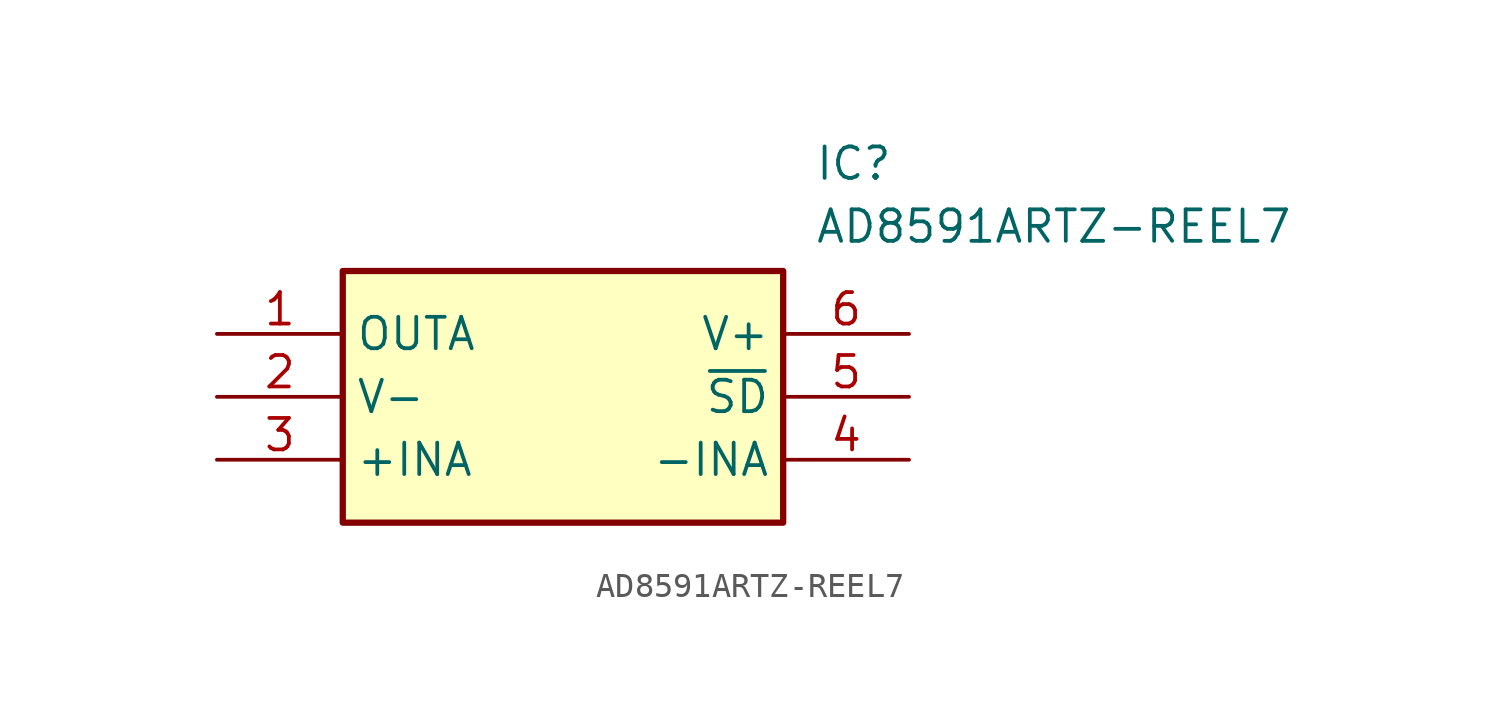
<source format=kicad_sym>
(kicad_symbol_lib
  (version 20211014)
  (generator SamacSys_ECAD_Model)
  (symbol "AD8591ARTZ-REEL7"
    (property "Reference" "IC"
      (at 24.13 7.62 0)
      (effects (font (size 1.27 1.27)) (justify left top)))
    (property "Value" "AD8591ARTZ-REEL7"
      (at 24.13 5.08 0)
      (effects (font (size 1.27 1.27)) (justify left top)))
    (rectangle
      (start 5.08 2.54)
      (end 22.86 -7.62)
      (stroke (width 0.254) (type default))
      (fill (type background)))
    (pin passive line
      (at 0 0 0)
      (length 5.08)
      (name "OUTA" (effects (font (size 1.27 1.27))))
      (number "1" (effects (font (size 1.27 1.27)))))
    (pin passive line
      (at 0 -2.54 0)
      (length 5.08)
      (name "V-" (effects (font (size 1.27 1.27))))
      (number "2" (effects (font (size 1.27 1.27)))))
    (pin passive line
      (at 0 -5.08 0)
      (length 5.08)
      (name "+INA" (effects (font (size 1.27 1.27))))
      (number "3" (effects (font (size 1.27 1.27)))))
    (pin passive line
      (at 27.94 0 180)
      (length 5.08)
      (name "V+" (effects (font (size 1.27 1.27))))
      (number "6" (effects (font (size 1.27 1.27)))))
    (pin passive line
      (at 27.94 -2.54 180)
      (length 5.08)
      (name "~{SD}" (effects (font (size 1.27 1.27))))
      (number "5" (effects (font (size 1.27 1.27)))))
    (pin passive line
      (at 27.94 -5.08 180)
      (length 5.08)
      (name "-INA" (effects (font (size 1.27 1.27))))
      (number "4" (effects (font (size 1.27 1.27)))))))
</source>
